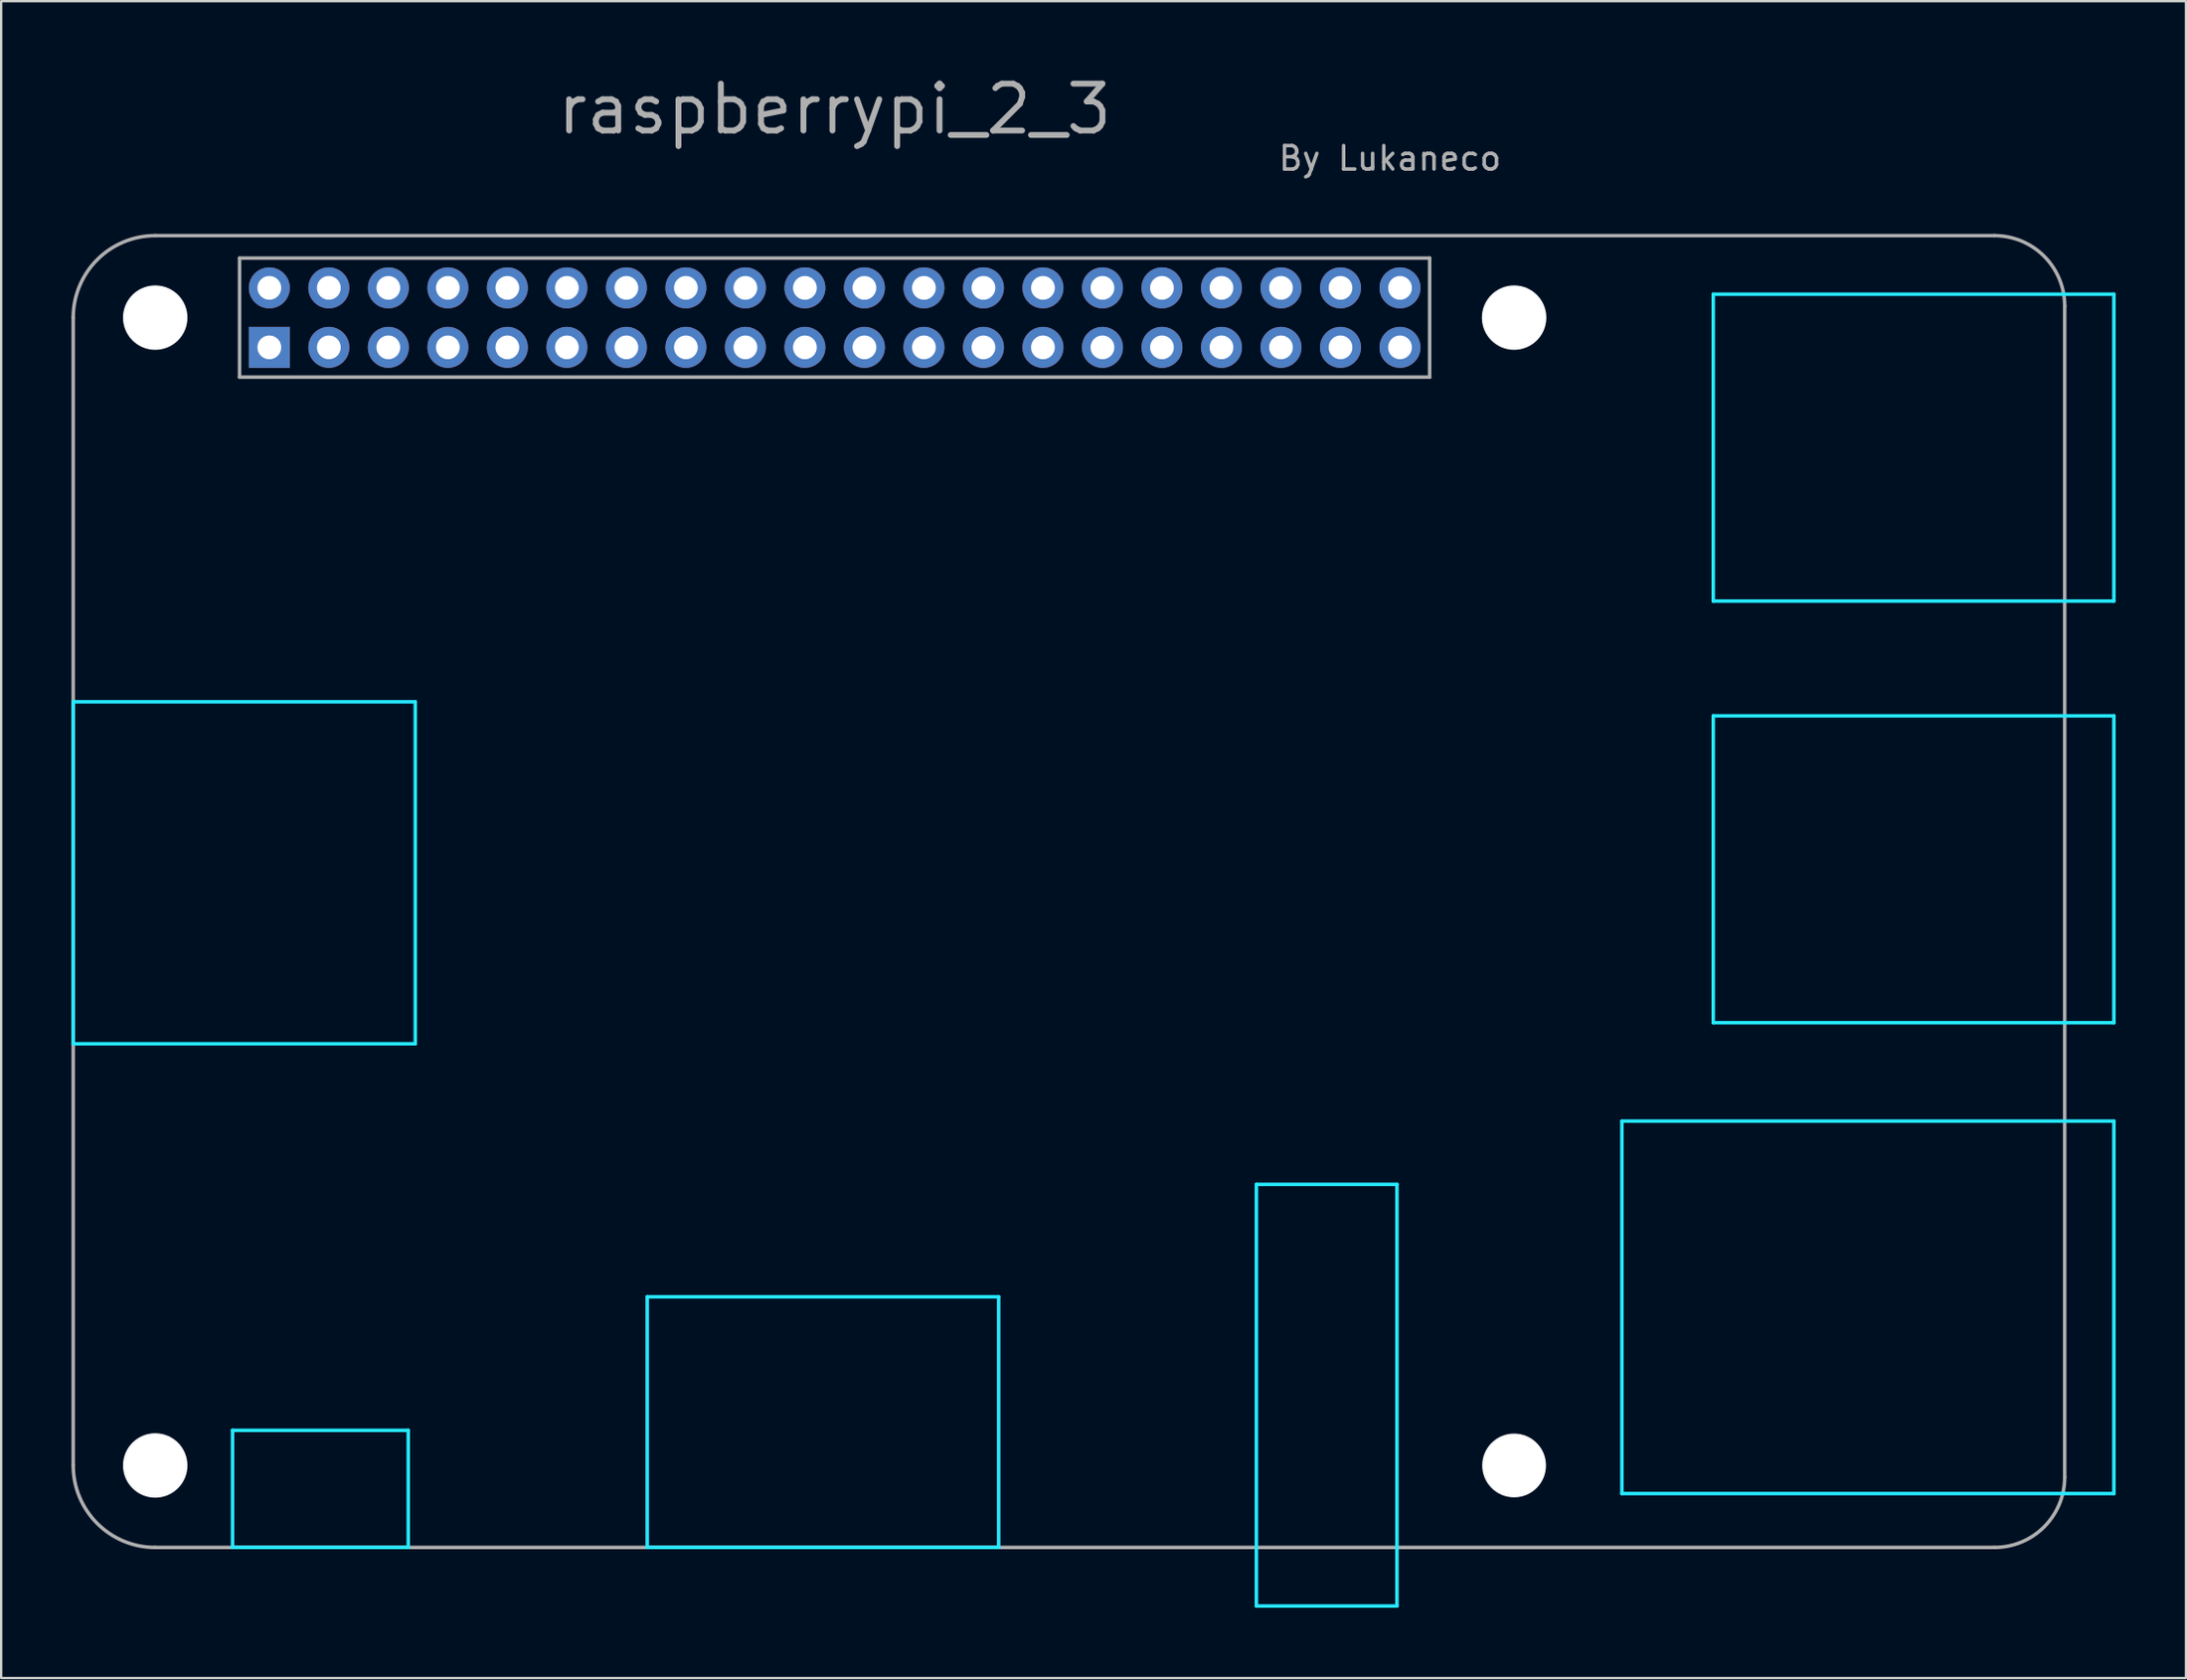
<source format=kicad_pcb>
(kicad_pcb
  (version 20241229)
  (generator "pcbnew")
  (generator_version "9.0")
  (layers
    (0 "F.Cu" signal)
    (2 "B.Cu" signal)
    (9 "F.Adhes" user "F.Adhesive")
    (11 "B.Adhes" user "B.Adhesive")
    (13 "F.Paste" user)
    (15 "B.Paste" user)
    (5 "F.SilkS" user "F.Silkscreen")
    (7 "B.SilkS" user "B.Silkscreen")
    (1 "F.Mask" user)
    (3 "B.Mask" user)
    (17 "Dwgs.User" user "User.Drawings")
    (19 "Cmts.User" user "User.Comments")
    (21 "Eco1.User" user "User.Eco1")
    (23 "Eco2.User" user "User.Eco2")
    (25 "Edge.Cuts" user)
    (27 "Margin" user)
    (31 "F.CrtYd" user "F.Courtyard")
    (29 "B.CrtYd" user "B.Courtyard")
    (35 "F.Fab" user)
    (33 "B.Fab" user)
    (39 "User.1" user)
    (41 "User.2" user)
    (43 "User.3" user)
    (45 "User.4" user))
  (footprint "raspberrypi_2_3"
    (layer "F.Cu")
    (at 32.575 10.509)
    (property "Reference" "raspberrypi_2_3" (at 0 -8.9 0) (layer "F.Fab") (effects (font (size 2 2) (thickness 0.25))))
    (attr through_hole)
    (fp_line (start -32.5 16.4) (end -32.5 31) (stroke (width 0.15) (type solid)) (layer "B.CrtYd"))
    (fp_line (start -25.7 52.5) (end -25.7 47.5) (stroke (width 0.15) (type solid)) (layer "B.CrtYd"))
    (fp_line (start -18.2 47.5) (end -25.7 47.5) (stroke (width 0.15) (type solid)) (layer "B.CrtYd"))
    (fp_line (start -18.2 52.5) (end -25.7 52.5) (stroke (width 0.15) (type solid)) (layer "B.CrtYd"))
    (fp_line (start -18.2 52.5) (end -18.2 47.5) (stroke (width 0.15) (type solid)) (layer "B.CrtYd"))
    (fp_line (start -17.9 16.4) (end -32.5 16.4) (stroke (width 0.15) (type solid)) (layer "B.CrtYd"))
    (fp_line (start -17.9 16.4) (end -17.9 31) (stroke (width 0.15) (type solid)) (layer "B.CrtYd"))
    (fp_line (start -17.9 31) (end -32.5 31) (stroke (width 0.15) (type solid)) (layer "B.CrtYd"))
    (fp_line (start -8 41.8) (end -8 52.5) (stroke (width 0.15) (type solid)) (layer "B.CrtYd"))
    (fp_line (start -8 41.8) (end 7 41.8) (stroke (width 0.15) (type solid)) (layer "B.CrtYd"))
    (fp_line (start 7 52.5) (end -8 52.5) (stroke (width 0.15) (type solid)) (layer "B.CrtYd"))
    (fp_line (start 7 52.5) (end 7 41.8) (stroke (width 0.15) (type solid)) (layer "B.CrtYd"))
    (fp_line (start 18 37) (end 18 55) (stroke (width 0.15) (type solid)) (layer "B.CrtYd"))
    (fp_line (start 18 55) (end 24 55) (stroke (width 0.15) (type solid)) (layer "B.CrtYd"))
    (fp_line (start 24 37) (end 18 37) (stroke (width 0.15) (type solid)) (layer "B.CrtYd"))
    (fp_line (start 24 55) (end 24 37) (stroke (width 0.15) (type solid)) (layer "B.CrtYd"))
    (fp_line (start 33.6 34.3) (end 54.6 34.3) (stroke (width 0.15) (type solid)) (layer "B.CrtYd"))
    (fp_line (start 33.6 50.2) (end 33.6 34.3) (stroke (width 0.15) (type solid)) (layer "B.CrtYd"))
    (fp_line (start 37.5 -1) (end 37.5 12.1) (stroke (width 0.15) (type solid)) (layer "B.CrtYd"))
    (fp_line (start 37.5 -1) (end 54.6 -1) (stroke (width 0.15) (type solid)) (layer "B.CrtYd"))
    (fp_line (start 37.5 17) (end 54.6 17) (stroke (width 0.15) (type solid)) (layer "B.CrtYd"))
    (fp_line (start 37.5 30.1) (end 37.5 17) (stroke (width 0.15) (type solid)) (layer "B.CrtYd"))
    (fp_line (start 54.6 12.1) (end 37.5 12.1) (stroke (width 0.15) (type solid)) (layer "B.CrtYd"))
    (fp_line (start 54.6 12.1) (end 54.6 -1) (stroke (width 0.15) (type solid)) (layer "B.CrtYd"))
    (fp_line (start 54.6 30.1) (end 37.5 30.1) (stroke (width 0.15) (type solid)) (layer "B.CrtYd"))
    (fp_line (start 54.6 30.1) (end 54.6 17) (stroke (width 0.15) (type solid)) (layer "B.CrtYd"))
    (fp_line (start 54.6 50.2) (end 33.6 50.2) (stroke (width 0.15) (type solid)) (layer "B.CrtYd"))
    (fp_line (start 54.6 50.2) (end 54.6 34.3) (stroke (width 0.15) (type solid)) (layer "B.CrtYd"))
    (fp_line (start -32.5 49) (end -32.5 0) (stroke (width 0.15) (type solid)) (layer "F.Fab"))
    (fp_line (start -29 52.5) (end 49.5 52.5) (stroke (width 0.15) (type solid)) (layer "F.Fab"))
    (fp_line (start -25.4 -2.54) (end -25.4 2.54) (stroke (width 0.15) (type solid)) (layer "F.Fab"))
    (fp_line (start -25.4 -2.54) (end 25.4 -2.54) (stroke (width 0.15) (type solid)) (layer "F.Fab"))
    (fp_line (start 25.395 2.54) (end 25.395 -2.54) (stroke (width 0.15) (type solid)) (layer "F.Fab"))
    (fp_line (start 25.4 2.54) (end -25.4 2.54) (stroke (width 0.15) (type solid)) (layer "F.Fab"))
    (fp_line (start 49.5 -3.5) (end -29 -3.5) (stroke (width 0.15) (type solid)) (layer "F.Fab"))
    (fp_line (start 52.5 49.5) (end 52.5 -0.5) (stroke (width 0.15) (type solid)) (layer "F.Fab"))
    (fp_arc (start -32.5 0) (mid -31.474874 -2.474874) (end -29 -3.5) (stroke (width 0.15) (type solid)) (layer "F.Fab"))
    (fp_arc (start -29 52.5) (mid -31.474874 51.474874) (end -32.5 49) (stroke (width 0.15) (type solid)) (layer "F.Fab"))
    (fp_arc (start 49.5 -3.5) (mid 51.62132 -2.62132) (end 52.5 -0.5) (stroke (width 0.15) (type solid)) (layer "F.Fab"))
    (fp_arc (start 52.5 49.5) (mid 51.62132 51.62132) (end 49.5 52.5) (stroke (width 0.15) (type solid)) (layer "F.Fab"))
    (fp_text user "By Lukaneco" (at 23.7 -6.8 0) (layer "F.Fab") (effects (font (size 1 1) (thickness 0.15))))
    (pad "" np_thru_hole circle (at -29 0) (size 2.75 2.75) (drill 2.75) (layers "*.Cu" "*.Mask"))
    (pad "" np_thru_hole circle (at -29 49) (size 2.75 2.75) (drill 2.75) (layers "*.Cu" "*.Mask"))
    (pad "" np_thru_hole circle (at 29 0) (size 2.75 2.75) (drill 2.75) (layers "*.Cu" "*.Mask"))
    (pad "" np_thru_hole circle (at 29 49) (size 2.722 2.722) (drill 2.75) (layers "*.Cu" "*.Mask"))
    (pad "1" thru_hole rect (at -24.13 1.27) (size 1.75 1.75) (drill 1.016) (layers "*.Cu" "*.Mask"))
    (pad "2" thru_hole circle (at -24.13 -1.27) (size 1.75 1.75) (drill 1.016) (layers "*.Cu" "*.Mask"))
    (pad "3" thru_hole circle (at -21.59 1.27) (size 1.75 1.75) (drill 1.016) (layers "*.Cu" "*.Mask"))
    (pad "4" thru_hole circle (at -21.59 -1.27) (size 1.75 1.75) (drill 1.016) (layers "*.Cu" "*.Mask"))
    (pad "5" thru_hole circle (at -19.05 1.27) (size 1.75 1.75) (drill 1.016) (layers "*.Cu" "*.Mask"))
    (pad "6" thru_hole circle (at -19.05 -1.27) (size 1.75 1.75) (drill 1.016) (layers "*.Cu" "*.Mask"))
    (pad "7" thru_hole circle (at -16.51 1.27) (size 1.75 1.75) (drill 1.016) (layers "*.Cu" "*.Mask"))
    (pad "8" thru_hole circle (at -16.51 -1.27) (size 1.75 1.75) (drill 1.016) (layers "*.Cu" "*.Mask"))
    (pad "9" thru_hole circle (at -13.97 1.27) (size 1.75 1.75) (drill 1.016) (layers "*.Cu" "*.Mask"))
    (pad "10" thru_hole circle (at -13.97 -1.27) (size 1.75 1.75) (drill 1.016) (layers "*.Cu" "*.Mask"))
    (pad "11" thru_hole circle (at -11.43 1.27) (size 1.75 1.75) (drill 1.016) (layers "*.Cu" "*.Mask"))
    (pad "12" thru_hole circle (at -11.43 -1.27) (size 1.75 1.75) (drill 1.016) (layers "*.Cu" "*.Mask"))
    (pad "13" thru_hole circle (at -8.89 1.27) (size 1.75 1.75) (drill 1.016) (layers "*.Cu" "*.Mask"))
    (pad "14" thru_hole circle (at -8.89 -1.27) (size 1.75 1.75) (drill 1.016) (layers "*.Cu" "*.Mask"))
    (pad "15" thru_hole circle (at -6.35 1.27) (size 1.75 1.75) (drill 1.016) (layers "*.Cu" "*.Mask"))
    (pad "16" thru_hole circle (at -6.35 -1.27) (size 1.75 1.75) (drill 1.016) (layers "*.Cu" "*.Mask"))
    (pad "17" thru_hole circle (at -3.81 1.27) (size 1.75 1.75) (drill 1.016) (layers "*.Cu" "*.Mask"))
    (pad "18" thru_hole circle (at -3.81 -1.27) (size 1.75 1.75) (drill 1.016) (layers "*.Cu" "*.Mask"))
    (pad "19" thru_hole circle (at -1.27 1.27) (size 1.75 1.75) (drill 1.016) (layers "*.Cu" "*.Mask"))
    (pad "20" thru_hole circle (at -1.27 -1.27) (size 1.75 1.75) (drill 1.016) (layers "*.Cu" "*.Mask"))
    (pad "21" thru_hole circle (at 1.27 1.27) (size 1.75 1.75) (drill 1.016) (layers "*.Cu" "*.Mask"))
    (pad "22" thru_hole circle (at 1.27 -1.27) (size 1.75 1.75) (drill 1.016) (layers "*.Cu" "*.Mask"))
    (pad "23" thru_hole circle (at 3.81 1.27) (size 1.75 1.75) (drill 1.016) (layers "*.Cu" "*.Mask"))
    (pad "24" thru_hole circle (at 3.81 -1.27) (size 1.75 1.75) (drill 1.016) (layers "*.Cu" "*.Mask"))
    (pad "25" thru_hole circle (at 6.35 1.27) (size 1.75 1.75) (drill 1.016) (layers "*.Cu" "*.Mask"))
    (pad "26" thru_hole circle (at 6.35 -1.27) (size 1.75 1.75) (drill 1.016) (layers "*.Cu" "*.Mask"))
    (pad "27" thru_hole circle (at 8.89 1.27) (size 1.75 1.75) (drill 1.016) (layers "*.Cu" "*.Mask"))
    (pad "28" thru_hole circle (at 8.89 -1.27) (size 1.75 1.75) (drill 1.016) (layers "*.Cu" "*.Mask"))
    (pad "29" thru_hole circle (at 11.43 1.27) (size 1.75 1.75) (drill 1.016) (layers "*.Cu" "*.Mask"))
    (pad "30" thru_hole circle (at 11.43 -1.27) (size 1.75 1.75) (drill 1.016) (layers "*.Cu" "*.Mask"))
    (pad "31" thru_hole circle (at 13.97 1.27) (size 1.75 1.75) (drill 1.016) (layers "*.Cu" "*.Mask"))
    (pad "32" thru_hole circle (at 13.97 -1.27) (size 1.75 1.75) (drill 1.016) (layers "*.Cu" "*.Mask"))
    (pad "33" thru_hole circle (at 16.51 1.27) (size 1.75 1.75) (drill 1.016) (layers "*.Cu" "*.Mask"))
    (pad "34" thru_hole circle (at 16.51 -1.27) (size 1.75 1.75) (drill 1.016) (layers "*.Cu" "*.Mask"))
    (pad "35" thru_hole circle (at 19.05 1.27) (size 1.75 1.75) (drill 1.016) (layers "*.Cu" "*.Mask"))
    (pad "36" thru_hole circle (at 19.05 -1.27) (size 1.75 1.75) (drill 1.016) (layers "*.Cu" "*.Mask"))
    (pad "37" thru_hole circle (at 21.59 1.27) (size 1.75 1.75) (drill 1.016) (layers "*.Cu" "*.Mask"))
    (pad "38" thru_hole circle (at 21.59 -1.27) (size 1.75 1.75) (drill 1.016) (layers "*.Cu" "*.Mask"))
    (pad "39" thru_hole circle (at 24.13 1.27) (size 1.75 1.75) (drill 1.016) (layers "*.Cu" "*.Mask"))
    (pad "40" thru_hole circle (at 24.13 -1.27) (size 1.75 1.75) (drill 1.016) (layers "*.Cu" "*.Mask")))
  (gr_rect
    (start -3 -3)
    (end 90.25 68.584)
    (stroke (width 0.1) (type default))
    (fill no)
    (layer "Edge.Cuts")))
</source>
